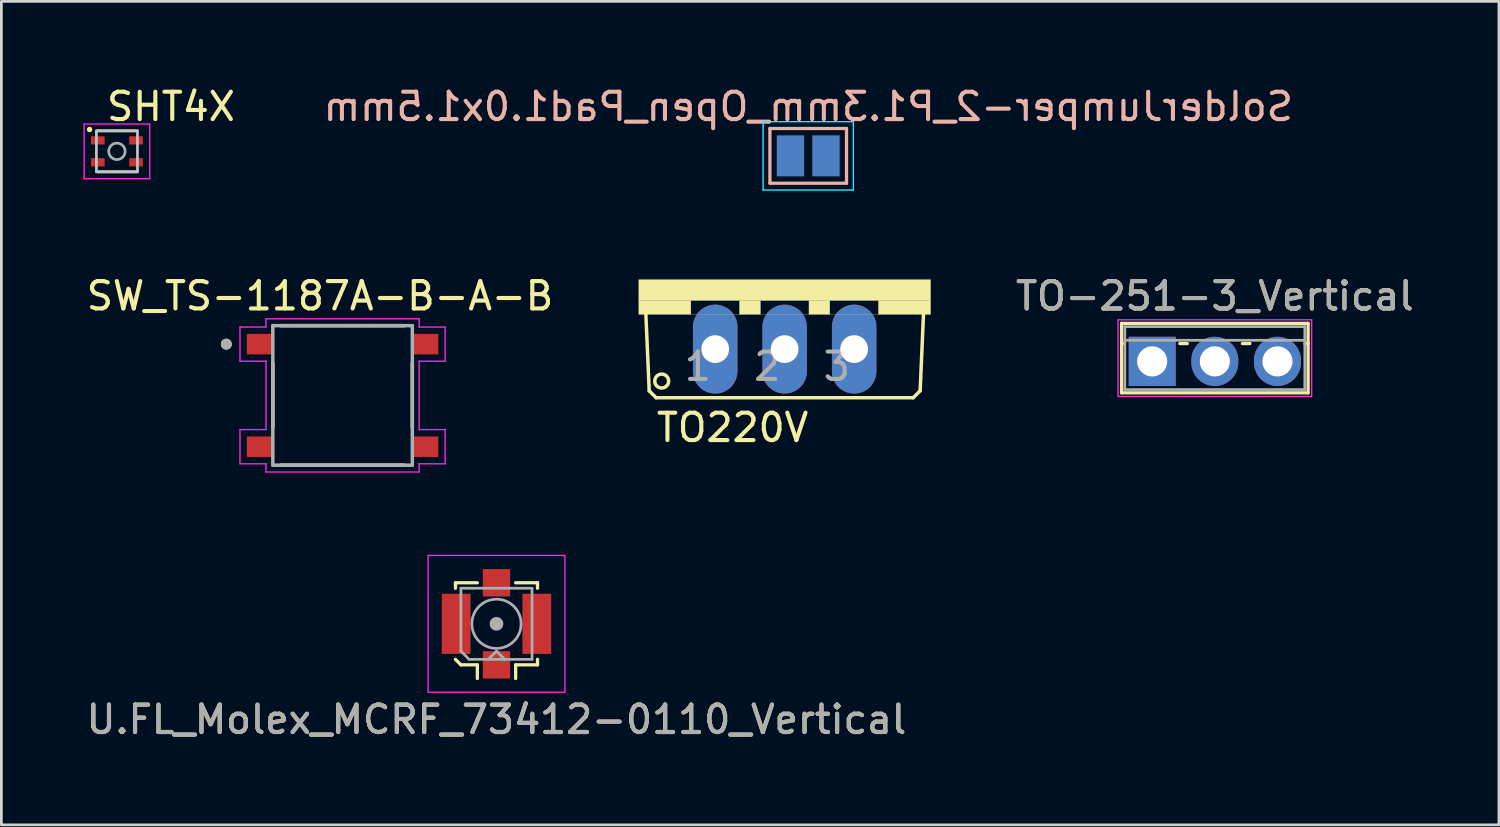
<source format=kicad_pcb>
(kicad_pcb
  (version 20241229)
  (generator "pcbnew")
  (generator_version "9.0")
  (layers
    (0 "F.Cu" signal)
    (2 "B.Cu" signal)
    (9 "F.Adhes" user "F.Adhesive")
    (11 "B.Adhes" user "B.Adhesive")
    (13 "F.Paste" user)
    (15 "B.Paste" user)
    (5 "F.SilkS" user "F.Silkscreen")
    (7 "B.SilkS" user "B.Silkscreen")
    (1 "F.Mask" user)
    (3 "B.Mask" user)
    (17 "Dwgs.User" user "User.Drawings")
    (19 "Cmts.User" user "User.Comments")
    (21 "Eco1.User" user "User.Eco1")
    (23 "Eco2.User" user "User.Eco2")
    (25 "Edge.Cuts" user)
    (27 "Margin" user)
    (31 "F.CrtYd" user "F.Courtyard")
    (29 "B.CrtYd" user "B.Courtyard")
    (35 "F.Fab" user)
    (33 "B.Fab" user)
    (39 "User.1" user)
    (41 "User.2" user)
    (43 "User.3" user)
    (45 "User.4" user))
  (footprint "U.FL_Molex_MCRF_73412-0110_Vertical"
    (layer "F.Cu")
    (at 15.101 19.756)
    (property "Reference" "U.FL_Molex_MCRF_73412-0110_Vertical" (at 0 3.5 0) (layer "F.SilkS") (effects (font (size 1 1) (thickness 0.15))))
    (attr smd)
    (fp_line (start -1.5 -1.5) (end -0.7 -1.5) (stroke (width 0.12) (type solid)) (layer "F.SilkS"))
    (fp_line (start -1.5 -1.3) (end -1.5 -1.5) (stroke (width 0.12) (type solid)) (layer "F.SilkS"))
    (fp_line (start -1.3 1.5) (end -1.5 1.3) (stroke (width 0.12) (type solid)) (layer "F.SilkS"))
    (fp_line (start -0.7 1.5) (end -1.3 1.5) (stroke (width 0.12) (type solid)) (layer "F.SilkS"))
    (fp_line (start -0.7 1.5) (end -0.7 2) (stroke (width 0.12) (type solid)) (layer "F.SilkS"))
    (fp_line (start 0.7 -1.5) (end 1.5 -1.5) (stroke (width 0.12) (type solid)) (layer "F.SilkS"))
    (fp_line (start 0.7 1.5) (end 0.7 2) (stroke (width 0.12) (type solid)) (layer "F.SilkS"))
    (fp_line (start 1.5 -1.5) (end 1.5 -1.3) (stroke (width 0.12) (type solid)) (layer "F.SilkS"))
    (fp_line (start 1.5 1.3) (end 1.5 1.5) (stroke (width 0.12) (type solid)) (layer "F.SilkS"))
    (fp_line (start 1.5 1.5) (end 0.7 1.5) (stroke (width 0.12) (type solid)) (layer "F.SilkS"))
    (fp_line (start -2.5 -2.5) (end -2.5 2.5) (stroke (width 0.05) (type solid)) (layer "F.CrtYd"))
    (fp_line (start -2.5 2.5) (end 2.5 2.5) (stroke (width 0.05) (type solid)) (layer "F.CrtYd"))
    (fp_line (start 2.5 -2.5) (end -2.5 -2.5) (stroke (width 0.05) (type solid)) (layer "F.CrtYd"))
    (fp_line (start 2.5 2.5) (end 2.5 -2.5) (stroke (width 0.05) (type solid)) (layer "F.CrtYd"))
    (fp_line (start -1.3 -1.3) (end -1.3 1) (stroke (width 0.1) (type solid)) (layer "F.Fab"))
    (fp_line (start -1.3 -1.3) (end 1.3 -1.3) (stroke (width 0.1) (type solid)) (layer "F.Fab"))
    (fp_line (start -1.3 1) (end -1 1.3) (stroke (width 0.1) (type solid)) (layer "F.Fab"))
    (fp_line (start -1 1.3) (end 1.3 1.3) (stroke (width 0.1) (type solid)) (layer "F.Fab"))
    (fp_line (start -0.3 1.3) (end 0 1) (stroke (width 0.1) (type solid)) (layer "F.Fab"))
    (fp_line (start 0 1) (end 0.3 1.3) (stroke (width 0.1) (type solid)) (layer "F.Fab"))
    (fp_line (start 1.3 -1.3) (end 1.3 1.3) (stroke (width 0.1) (type solid)) (layer "F.Fab"))
    (fp_circle (center 0 0) (end 0 0.05) (stroke (width 0.1) (type solid)) (fill no) (layer "F.Fab"))
    (fp_circle (center 0 0) (end 0 0.125) (stroke (width 0.1) (type solid)) (fill no) (layer "F.Fab"))
    (fp_circle (center 0 0) (end 0 0.2) (stroke (width 0.1) (type solid)) (fill no) (layer "F.Fab"))
    (fp_circle (center 0 0) (end 0.9 0) (stroke (width 0.1) (type solid)) (fill no) (layer "F.Fab"))
    (fp_text user "${REFERENCE}" (at 0 3.5 0) (layer "F.Fab") (effects (font (size 1 1) (thickness 0.15))))
    (pad "1" smd rect (at 0 1.5) (size 1 1) (layers "F.Cu" "F.Mask" "F.Paste"))
    (pad "2" smd rect (at -1.475 0) (size 1.05 2.2) (layers "F.Cu" "F.Mask" "F.Paste"))
    (pad "2" smd rect (at 0 -1.5) (size 1 1) (layers "F.Cu" "F.Mask" "F.Paste"))
    (pad "2" smd rect (at 1.475 0) (size 1.05 2.2) (layers "F.Cu" "F.Mask" "F.Paste")))
  (footprint "TO220V"
    (layer "F.Cu")
    (at 25.637 7.173)
    (property "Reference" "TO220V" (at -1.905 5.41 0) (layer "F.SilkS") (effects (font (size 1 1) (thickness 0.15))))
    (attr through_hole)
    (fp_line (start -4.953 4.064) (end -5.08 1.143) (stroke (width 0.127) (type solid)) (layer "F.SilkS"))
    (fp_line (start -4.953 4.064) (end -4.699 4.318) (stroke (width 0.127) (type solid)) (layer "F.SilkS"))
    (fp_line (start 4.699 4.318) (end -4.699 4.318) (stroke (width 0.127) (type solid)) (layer "F.SilkS"))
    (fp_line (start 4.699 4.318) (end 4.953 4.064) (stroke (width 0.127) (type solid)) (layer "F.SilkS"))
    (fp_line (start 5.08 1.143) (end 4.953 4.064) (stroke (width 0.127) (type solid)) (layer "F.SilkS"))
    (fp_circle (center -4.496 3.708) (end -4.242 3.708) (stroke (width 0.127) (type solid)) (fill no) (layer "F.SilkS"))
    (fp_poly (pts (xy -5.334 0) (xy 5.334 0) (xy 5.334 0.762) (xy -5.334 0.762)) (stroke (width 0.01) (type solid)) (fill yes) (layer "F.SilkS"))
    (fp_poly (pts (xy -5.334 0.762) (xy -3.429 0.762) (xy -3.429 1.27) (xy -5.334 1.27)) (stroke (width 0.01) (type solid)) (fill yes) (layer "F.SilkS"))
    (fp_poly (pts (xy -1.651 0.762) (xy -0.889 0.762) (xy -0.889 1.27) (xy -1.651 1.27)) (stroke (width 0.01) (type solid)) (fill yes) (layer "F.SilkS"))
    (fp_poly (pts (xy 0.889 0.762) (xy 1.651 0.762) (xy 1.651 1.27) (xy 0.889 1.27)) (stroke (width 0.01) (type solid)) (fill yes) (layer "F.SilkS"))
    (fp_poly (pts (xy 3.429 0.762) (xy 5.334 0.762) (xy 5.334 1.27) (xy 3.429 1.27)) (stroke (width 0.01) (type solid)) (fill yes) (layer "F.SilkS"))
    (fp_poly (pts (xy -3.429 0.762) (xy -1.651 0.762) (xy -1.651 1.27) (xy -3.429 1.27)) (stroke (width 0.01) (type solid)) (fill no) (layer "F.Fab"))
    (fp_poly (pts (xy -0.889 0.762) (xy 0.889 0.762) (xy 0.889 1.27) (xy -0.889 1.27)) (stroke (width 0.01) (type solid)) (fill no) (layer "F.Fab"))
    (fp_poly (pts (xy 1.651 0.762) (xy 3.429 0.762) (xy 3.429 1.27) (xy 1.651 1.27)) (stroke (width 0.01) (type solid)) (fill no) (layer "F.Fab"))
    (fp_text user "2" (at -0.635 3.175 0) (layer "F.Fab") (effects (font (size 1 1) (thickness 0.15))))
    (fp_text user "1" (at -3.175 3.175 0) (layer "F.Fab") (effects (font (size 1 1) (thickness 0.15))))
    (fp_text user "3" (at 1.905 3.175 0) (layer "F.Fab") (effects (font (size 1 1) (thickness 0.15))))
    (pad "1" thru_hole oval (at -2.54 2.54) (size 1.626 3.251) (drill 1.016) (layers "*.Cu" "*.Mask"))
    (pad "2" thru_hole oval (at 0 2.54) (size 1.626 3.251) (drill 1.016) (layers "*.Cu" "*.Mask"))
    (pad "3" thru_hole oval (at 2.54 2.54) (size 1.626 3.251) (drill 1.016) (layers "*.Cu" "*.Mask")))
  (footprint "SolderJumper-2_P1.3mm_Open_Pad1.0x1.5mm"
    (layer "F.Cu")
    (at 26.498 2.648)
    (property "Reference" "SolderJumper-2_P1.3mm_Open_Pad1.0x1.5mm" (at 0 -1.8 0) (layer "B.SilkS") (effects (font (size 1 1) (thickness 0.15)) (justify mirror)))
    (attr exclude_from_pos_files exclude_from_bom)
    (fp_line (start -1.4 -1) (end 1.4 -1) (stroke (width 0.12) (type solid)) (layer "B.SilkS"))
    (fp_line (start -1.4 1) (end -1.4 -1) (stroke (width 0.12) (type solid)) (layer "B.SilkS"))
    (fp_line (start 1.4 -1) (end 1.4 1) (stroke (width 0.12) (type solid)) (layer "B.SilkS"))
    (fp_line (start 1.4 1) (end -1.4 1) (stroke (width 0.12) (type solid)) (layer "B.SilkS"))
    (fp_line (start -1.65 -1.25) (end -1.65 1.25) (stroke (width 0.05) (type solid)) (layer "B.CrtYd"))
    (fp_line (start -1.65 -1.25) (end 1.65 -1.25) (stroke (width 0.05) (type solid)) (layer "B.CrtYd"))
    (fp_line (start 1.65 1.25) (end -1.65 1.25) (stroke (width 0.05) (type solid)) (layer "B.CrtYd"))
    (fp_line (start 1.65 1.25) (end 1.65 -1.25) (stroke (width 0.05) (type solid)) (layer "B.CrtYd"))
    (pad "1" smd rect (at -0.65 0) (size 1 1.5) (layers "B.Cu" "B.Mask" "B.Paste"))
    (pad "2" smd rect (at 0.65 0) (size 1 1.5) (layers "B.Cu" "B.Mask" "B.Paste")))
  (footprint "SHT4X"
    (layer "F.Cu")
    (at 1.225 2.483)
    (property "Reference" "SHT4X" (at 1.975 -1.635 0) (layer "F.SilkS") (effects (font (size 1 1) (thickness 0.15))))
    (attr smd)
    (fp_line (start -0.7 -0.75) (end 0.7 -0.75) (stroke (width 0.1) (type solid)) (layer "F.SilkS"))
    (fp_line (start -0.7 0.75) (end 0.7 0.75) (stroke (width 0.1) (type solid)) (layer "F.SilkS"))
    (fp_circle (center -1 -0.8) (end -0.95 -0.8) (stroke (width 0.1) (type solid)) (fill no) (layer "F.SilkS"))
    (fp_line (start -0.75 -0.75) (end -0.75 0.75) (stroke (width 0.1) (type solid)) (layer "Dwgs.User"))
    (fp_line (start -0.75 0.75) (end 0.75 0.75) (stroke (width 0.1) (type solid)) (layer "Dwgs.User"))
    (fp_line (start 0.75 -0.75) (end -0.75 -0.75) (stroke (width 0.1) (type solid)) (layer "Dwgs.User"))
    (fp_line (start 0.75 0.75) (end 0.75 -0.75) (stroke (width 0.1) (type solid)) (layer "Dwgs.User"))
    (fp_line (start -1.2 -1) (end -1.2 1) (stroke (width 0.05) (type solid)) (layer "F.CrtYd"))
    (fp_line (start -1.2 1) (end 1.2 1) (stroke (width 0.05) (type solid)) (layer "F.CrtYd"))
    (fp_line (start 1.2 -1) (end -1.2 -1) (stroke (width 0.05) (type solid)) (layer "F.CrtYd"))
    (fp_line (start 1.2 1) (end 1.2 -1) (stroke (width 0.05) (type solid)) (layer "F.CrtYd"))
    (fp_circle (center 0 0) (end 0.3 0) (stroke (width 0.1) (type solid)) (fill no) (layer "F.Fab"))
    (pad "1" smd rect (at -0.7 -0.4) (size 0.5 0.3) (layers "F.Cu" "F.Mask" "F.Paste"))
    (pad "2" smd rect (at -0.7 0.4) (size 0.5 0.3) (layers "F.Cu" "F.Mask" "F.Paste"))
    (pad "3" smd rect (at 0.7 0.4) (size 0.5 0.3) (layers "F.Cu" "F.Mask" "F.Paste"))
    (pad "4" smd rect (at 0.7 -0.4) (size 0.5 0.3) (layers "F.Cu" "F.Mask" "F.Paste")))
  (footprint "TO-251-3_Vertical"
    (layer "F.Cu")
    (at 39.073 10.162)
    (property "Reference" "TO-251-3_Vertical" (at 2.29 -2.39 0) (layer "F.SilkS") (effects (font (size 1 1) (thickness 0.15))))
    (attr smd)
    (fp_line (start -1.12 -1.39) (end -1.12 1.15) (stroke (width 0.12) (type solid)) (layer "F.SilkS"))
    (fp_line (start -1.12 -1.39) (end 5.7 -1.39) (stroke (width 0.12) (type solid)) (layer "F.SilkS"))
    (fp_line (start -1.12 -0.651) (end -1.009 -0.651) (stroke (width 0.12) (type solid)) (layer "F.SilkS"))
    (fp_line (start -1.12 1.15) (end 5.7 1.15) (stroke (width 0.12) (type solid)) (layer "F.SilkS"))
    (fp_line (start 1.009 -0.651) (end 1.282 -0.651) (stroke (width 0.12) (type solid)) (layer "F.SilkS"))
    (fp_line (start 3.299 -0.651) (end 3.572 -0.651) (stroke (width 0.12) (type solid)) (layer "F.SilkS"))
    (fp_line (start 5.589 -0.651) (end 5.7 -0.651) (stroke (width 0.12) (type solid)) (layer "F.SilkS"))
    (fp_line (start 5.7 -1.39) (end 5.7 1.15) (stroke (width 0.12) (type solid)) (layer "F.SilkS"))
    (fp_line (start -1.25 -1.52) (end -1.25 1.28) (stroke (width 0.05) (type solid)) (layer "F.CrtYd"))
    (fp_line (start -1.25 1.28) (end 5.83 1.28) (stroke (width 0.05) (type solid)) (layer "F.CrtYd"))
    (fp_line (start 5.83 -1.52) (end -1.25 -1.52) (stroke (width 0.05) (type solid)) (layer "F.CrtYd"))
    (fp_line (start 5.83 1.28) (end 5.83 -1.52) (stroke (width 0.05) (type solid)) (layer "F.CrtYd"))
    (fp_line (start -1 -1.27) (end -1 1.03) (stroke (width 0.1) (type solid)) (layer "F.Fab"))
    (fp_line (start -1 -0.77) (end 5.58 -0.77) (stroke (width 0.1) (type solid)) (layer "F.Fab"))
    (fp_line (start -1 1.03) (end 5.58 1.03) (stroke (width 0.1) (type solid)) (layer "F.Fab"))
    (fp_line (start 5.58 -1.27) (end -1 -1.27) (stroke (width 0.1) (type solid)) (layer "F.Fab"))
    (fp_line (start 5.58 1.03) (end 5.58 -1.27) (stroke (width 0.1) (type solid)) (layer "F.Fab"))
    (fp_text user "${REFERENCE}" (at 2.29 -2.39 0) (layer "F.Fab") (effects (font (size 1 1) (thickness 0.15))))
    (pad "1" thru_hole rect (at 0 0) (size 1.718 1.8) (drill 1.1) (layers "*.Cu" "*.Mask"))
    (pad "2" thru_hole oval (at 2.29 0) (size 1.718 1.8) (drill 1.1) (layers "*.Cu" "*.Mask"))
    (pad "3" thru_hole oval (at 4.58 0) (size 1.718 1.8) (drill 1.1) (layers "*.Cu" "*.Mask")))
  (footprint "SW_TS-1187A-B-A-B"
    (layer "F.Cu")
    (at 9.474 11.406)
    (property "Reference" "SW_TS-1187A-B-A-B" (at -0.825 -3.635 0) (layer "F.SilkS") (effects (font (size 1 1) (thickness 0.15))))
    (attr through_hole)
    (fp_line (start -2.55 -1.18) (end -2.55 1.18) (stroke (width 0.127) (type solid)) (layer "F.SilkS"))
    (fp_line (start 2.25 -2.55) (end -2.25 -2.55) (stroke (width 0.127) (type solid)) (layer "F.SilkS"))
    (fp_line (start 2.25 2.55) (end -2.25 2.55) (stroke (width 0.127) (type solid)) (layer "F.SilkS"))
    (fp_line (start 2.55 1.18) (end 2.55 -1.18) (stroke (width 0.127) (type solid)) (layer "F.SilkS"))
    (fp_circle (center -4.25 -1.875) (end -4.15 -1.875) (stroke (width 0.2) (type solid)) (fill no) (layer "F.SilkS"))
    (fp_line (start -3.75 -2.5) (end -3.75 -1.25) (stroke (width 0.05) (type solid)) (layer "F.CrtYd"))
    (fp_line (start -3.75 -2.5) (end -2.8 -2.5) (stroke (width 0.05) (type solid)) (layer "F.CrtYd"))
    (fp_line (start -3.75 -1.25) (end -2.8 -1.25) (stroke (width 0.05) (type solid)) (layer "F.CrtYd"))
    (fp_line (start -3.75 1.25) (end -2.8 1.25) (stroke (width 0.05) (type solid)) (layer "F.CrtYd"))
    (fp_line (start -3.75 2.5) (end -3.75 1.25) (stroke (width 0.05) (type solid)) (layer "F.CrtYd"))
    (fp_line (start -3.75 2.5) (end -2.8 2.5) (stroke (width 0.05) (type solid)) (layer "F.CrtYd"))
    (fp_line (start -2.8 -2.8) (end -2.8 -2.5) (stroke (width 0.05) (type solid)) (layer "F.CrtYd"))
    (fp_line (start -2.8 -1.25) (end -2.8 1.25) (stroke (width 0.05) (type solid)) (layer "F.CrtYd"))
    (fp_line (start -2.8 2.8) (end -2.8 2.5) (stroke (width 0.05) (type solid)) (layer "F.CrtYd"))
    (fp_line (start -2.8 2.8) (end 2.8 2.8) (stroke (width 0.05) (type solid)) (layer "F.CrtYd"))
    (fp_line (start 2.8 -2.8) (end -2.8 -2.8) (stroke (width 0.05) (type solid)) (layer "F.CrtYd"))
    (fp_line (start 2.8 -2.8) (end 2.8 -2.5) (stroke (width 0.05) (type solid)) (layer "F.CrtYd"))
    (fp_line (start 2.8 -1.25) (end 2.8 1.25) (stroke (width 0.05) (type solid)) (layer "F.CrtYd"))
    (fp_line (start 2.8 2.8) (end 2.8 2.5) (stroke (width 0.05) (type solid)) (layer "F.CrtYd"))
    (fp_line (start 3.75 -2.5) (end 2.8 -2.5) (stroke (width 0.05) (type solid)) (layer "F.CrtYd"))
    (fp_line (start 3.75 -2.5) (end 3.75 -1.25) (stroke (width 0.05) (type solid)) (layer "F.CrtYd"))
    (fp_line (start 3.75 -1.25) (end 2.8 -1.25) (stroke (width 0.05) (type solid)) (layer "F.CrtYd"))
    (fp_line (start 3.75 1.25) (end 2.8 1.25) (stroke (width 0.05) (type solid)) (layer "F.CrtYd"))
    (fp_line (start 3.75 2.5) (end 2.8 2.5) (stroke (width 0.05) (type solid)) (layer "F.CrtYd"))
    (fp_line (start 3.75 2.5) (end 3.75 1.25) (stroke (width 0.05) (type solid)) (layer "F.CrtYd"))
    (fp_line (start -2.55 -2.55) (end -2.55 2.55) (stroke (width 0.127) (type solid)) (layer "F.Fab"))
    (fp_line (start -2.55 2.55) (end 2.55 2.55) (stroke (width 0.127) (type solid)) (layer "F.Fab"))
    (fp_line (start 2.55 -2.55) (end -2.55 -2.55) (stroke (width 0.127) (type solid)) (layer "F.Fab"))
    (fp_line (start 2.55 2.55) (end 2.55 -2.55) (stroke (width 0.127) (type solid)) (layer "F.Fab"))
    (fp_circle (center -4.25 -1.875) (end -4.15 -1.875) (stroke (width 0.2) (type solid)) (fill no) (layer "F.Fab"))
    (pad "A" smd rect (at -3 -1.875) (size 1 0.75) (layers "F.Cu" "F.Mask" "F.Paste"))
    (pad "B" smd rect (at 3 -1.875) (size 1 0.75) (layers "F.Cu" "F.Mask" "F.Paste"))
    (pad "C" smd rect (at -3 1.875) (size 1 0.75) (layers "F.Cu" "F.Mask" "F.Paste"))
    (pad "D" smd rect (at 3 1.875) (size 1 0.75) (layers "F.Cu" "F.Mask" "F.Paste")))
  (gr_rect
    (start -3 -3)
    (end 51.749 27.105)
    (stroke (width 0.1) (type default))
    (fill no)
    (layer "Edge.Cuts")))
</source>
